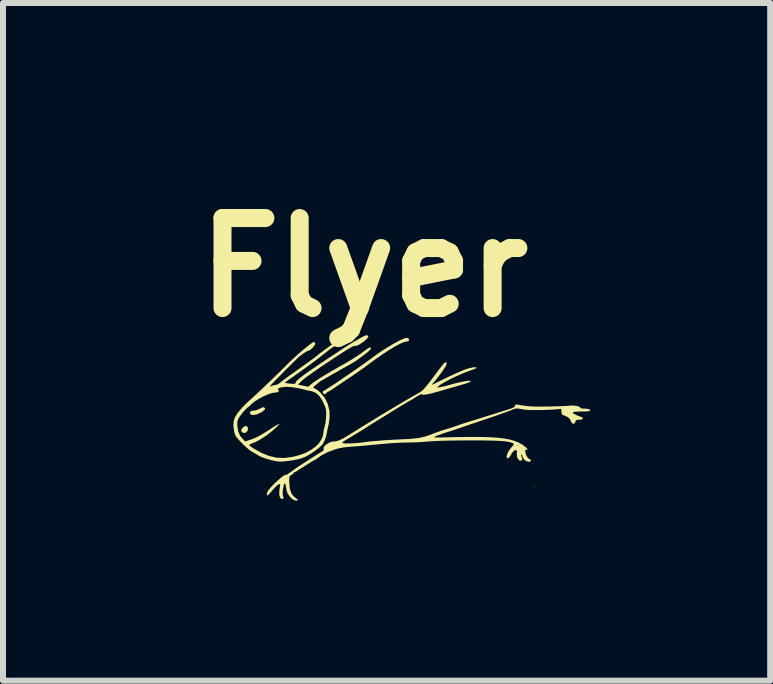
<source format=kicad_pcb>
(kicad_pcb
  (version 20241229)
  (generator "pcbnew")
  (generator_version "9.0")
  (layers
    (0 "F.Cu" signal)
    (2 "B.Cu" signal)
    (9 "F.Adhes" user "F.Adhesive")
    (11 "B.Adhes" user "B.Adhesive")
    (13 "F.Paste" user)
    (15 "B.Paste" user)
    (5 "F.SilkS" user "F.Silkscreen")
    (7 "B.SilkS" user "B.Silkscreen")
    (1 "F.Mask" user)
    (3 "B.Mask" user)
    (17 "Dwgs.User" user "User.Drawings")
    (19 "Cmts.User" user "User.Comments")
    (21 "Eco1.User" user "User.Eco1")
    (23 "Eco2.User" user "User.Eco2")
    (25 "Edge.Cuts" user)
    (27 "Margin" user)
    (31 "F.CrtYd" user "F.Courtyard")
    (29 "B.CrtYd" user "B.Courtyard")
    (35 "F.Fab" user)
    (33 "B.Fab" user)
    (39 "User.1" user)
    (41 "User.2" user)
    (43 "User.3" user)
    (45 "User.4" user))
  (footprint "Flyer"
    (layer "F.Cu")
    (at 2.506 4.376)
    (property "Reference" "Flyer" (at 0.508 -2.972 0) (layer "F.SilkS") (effects (font (size 1.5 1.5) (thickness 0.3))))
    (attr board_only exclude_from_pos_files exclude_from_bom)
    (fp_poly (pts (xy 3.361 0.682) (xy 3.354 0.689) (xy 3.347 0.682) (xy 3.354 0.675)) (stroke (width 0) (type solid)) (fill yes) (layer "F.SilkS"))
    (fp_poly (pts (xy -1.432 -0.311) (xy -1.429 -0.306) (xy -1.423 -0.277) (xy -1.434 -0.247) (xy -1.461 -0.219) (xy -1.494 -0.212) (xy -1.523 -0.226) (xy -1.533 -0.238) (xy -1.539 -0.261) (xy -1.527 -0.283) (xy -1.509 -0.302) (xy -1.476 -0.327) (xy -1.452 -0.33)) (stroke (width 0) (type solid)) (fill yes) (layer "F.SilkS"))
    (fp_poly (pts (xy -1.158 -0.641) (xy -1.14 -0.625) (xy -1.147 -0.601) (xy -1.178 -0.572) (xy -1.202 -0.557) (xy -1.275 -0.523) (xy -1.339 -0.512) (xy -1.369 -0.516) (xy -1.388 -0.533) (xy -1.39 -0.553) (xy -1.381 -0.574) (xy -1.357 -0.583) (xy -1.336 -0.584) (xy -1.292 -0.591) (xy -1.244 -0.61) (xy -1.232 -0.616) (xy -1.195 -0.634) (xy -1.166 -0.642)) (stroke (width 0) (type solid)) (fill yes) (layer "F.SilkS"))
    (fp_poly (pts (xy 1.227 -1.798) (xy 1.254 -1.784) (xy 1.259 -1.766) (xy 1.252 -1.746) (xy 1.227 -1.737) (xy 1.21 -1.735) (xy 1.165 -1.724) (xy 1.102 -1.696) (xy 1.021 -1.652) (xy 0.925 -1.594) (xy 0.817 -1.523) (xy 0.697 -1.44) (xy 0.569 -1.346) (xy 0.556 -1.336) (xy 0.496 -1.292) (xy 0.421 -1.239) (xy 0.34 -1.183) (xy 0.261 -1.13) (xy 0.246 -1.12) (xy 0.176 -1.073) (xy 0.109 -1.028) (xy 0.049 -0.988) (xy 0.005 -0.958) (xy -0.007 -0.949) (xy -0.047 -0.923) (xy -0.079 -0.906) (xy -0.093 -0.9) (xy -0.112 -0.889) (xy -0.118 -0.879) (xy -0.136 -0.86) (xy -0.161 -0.862) (xy -0.179 -0.882) (xy -0.178 -0.905) (xy -0.169 -0.912) (xy -0.149 -0.922) (xy -0.109 -0.947) (xy -0.053 -0.983) (xy 0.016 -1.029) (xy 0.095 -1.082) (xy 0.18 -1.14) (xy 0.268 -1.2) (xy 0.357 -1.261) (xy 0.442 -1.32) (xy 0.52 -1.375) (xy 0.588 -1.424) (xy 0.642 -1.464) (xy 0.661 -1.478) (xy 0.742 -1.537) (xy 0.827 -1.594) (xy 0.914 -1.649) (xy 0.998 -1.698) (xy 1.075 -1.74) (xy 1.141 -1.772) (xy 1.193 -1.792) (xy 1.226 -1.798)) (stroke (width 0) (type solid)) (fill yes) (layer "F.SilkS"))
    (fp_poly (pts (xy 0.574 -1.834) (xy 0.581 -1.822) (xy 0.575 -1.803) (xy 0.55 -1.775) (xy 0.513 -1.743) (xy 0.469 -1.711) (xy 0.426 -1.684) (xy 0.388 -1.667) (xy 0.363 -1.664) (xy 0.362 -1.664) (xy 0.352 -1.665) (xy 0.335 -1.66) (xy 0.311 -1.649) (xy 0.277 -1.631) (xy 0.23 -1.603) (xy 0.169 -1.564) (xy 0.091 -1.514) (xy -0.006 -1.45) (xy -0.123 -1.372) (xy -0.127 -1.37) (xy -0.218 -1.309) (xy -0.304 -1.249) (xy -0.382 -1.194) (xy -0.448 -1.147) (xy -0.498 -1.108) (xy -0.528 -1.083) (xy -0.531 -1.08) (xy -0.591 -1.018) (xy -0.506 -1.001) (xy -0.421 -0.983) (xy -0.367 -1.03) (xy -0.328 -1.06) (xy -0.272 -1.097) (xy -0.199 -1.144) (xy -0.107 -1.199) (xy 0.007 -1.266) (xy 0.144 -1.344) (xy 0.165 -1.355) (xy 0.245 -1.402) (xy 0.325 -1.451) (xy 0.398 -1.497) (xy 0.456 -1.536) (xy 0.488 -1.56) (xy 0.533 -1.594) (xy 0.572 -1.621) (xy 0.598 -1.636) (xy 0.603 -1.637) (xy 0.625 -1.633) (xy 0.624 -1.615) (xy 0.597 -1.585) (xy 0.547 -1.542) (xy 0.504 -1.509) (xy 0.433 -1.457) (xy 0.376 -1.417) (xy 0.324 -1.384) (xy 0.269 -1.351) (xy 0.211 -1.319) (xy 0.169 -1.296) (xy 0.113 -1.264) (xy 0.051 -1.229) (xy -0.013 -1.193) (xy -0.071 -1.16) (xy -0.118 -1.133) (xy -0.147 -1.116) (xy -0.148 -1.115) (xy -0.18 -1.097) (xy -0.197 -1.088) (xy -0.219 -1.075) (xy -0.225 -1.07) (xy -0.24 -1.057) (xy -0.269 -1.035) (xy -0.285 -1.022) (xy -0.323 -0.99) (xy -0.336 -0.968) (xy -0.326 -0.957) (xy -0.315 -0.956) (xy -0.295 -0.947) (xy -0.261 -0.923) (xy -0.222 -0.889) (xy -0.218 -0.885) (xy -0.145 -0.796) (xy -0.094 -0.692) (xy -0.068 -0.579) (xy -0.065 -0.493) (xy -0.069 -0.435) (xy -0.076 -0.382) (xy -0.083 -0.346) (xy -0.083 -0.345) (xy -0.094 -0.303) (xy -0.104 -0.252) (xy -0.106 -0.239) (xy -0.122 -0.163) (xy -0.146 -0.092) (xy -0.174 -0.035) (xy -0.189 -0.016) (xy -0.234 0.027) (xy -0.296 0.076) (xy -0.366 0.125) (xy -0.436 0.167) (xy -0.474 0.186) (xy -0.557 0.217) (xy -0.659 0.24) (xy -0.707 0.247) (xy -0.787 0.257) (xy -0.848 0.263) (xy -0.897 0.264) (xy -0.944 0.259) (xy -0.996 0.249) (xy -1.062 0.233) (xy -1.064 0.232) (xy -1.128 0.214) (xy -1.188 0.192) (xy -1.234 0.172) (xy -1.246 0.165) (xy -1.293 0.136) (xy -1.347 0.105) (xy -1.365 0.095) (xy -1.402 0.069) (xy -1.45 0.029) (xy -1.503 -0.02) (xy -1.535 -0.053) (xy -1.583 -0.104) (xy -1.614 -0.141) (xy -1.634 -0.171) (xy -1.646 -0.202) (xy -1.655 -0.239) (xy -1.657 -0.255) (xy -1.668 -0.341) (xy -1.667 -0.347) (xy -1.603 -0.347) (xy -1.591 -0.249) (xy -1.556 -0.166) (xy -1.51 -0.11) (xy -1.47 -0.072) (xy -1.392 -0.098) (xy -1.326 -0.122) (xy -1.261 -0.152) (xy -1.188 -0.192) (xy -1.104 -0.244) (xy -1.037 -0.288) (xy -0.984 -0.322) (xy -0.941 -0.347) (xy -0.911 -0.361) (xy -0.901 -0.362) (xy -0.901 -0.362) (xy -0.911 -0.347) (xy -0.939 -0.32) (xy -0.978 -0.284) (xy -1.024 -0.245) (xy -1.071 -0.207) (xy -1.113 -0.174) (xy -1.147 -0.151) (xy -1.149 -0.15) (xy -1.179 -0.131) (xy -1.217 -0.107) (xy -1.225 -0.102) (xy -1.269 -0.077) (xy -1.321 -0.053) (xy -1.34 -0.046) (xy -1.378 -0.03) (xy -1.402 -0.017) (xy -1.406 -0.012) (xy -1.396 -0.000208) (xy -1.367 0.021) (xy -1.34 0.04) (xy -1.204 0.117) (xy -1.075 0.169) (xy -0.95 0.198) (xy -0.823 0.204) (xy -0.691 0.187) (xy -0.675 0.184) (xy -0.557 0.153) (xy -0.457 0.115) (xy -0.367 0.064) (xy -0.286 0.004) (xy -0.242 -0.042) (xy -0.204 -0.101) (xy -0.178 -0.163) (xy -0.169 -0.215) (xy -0.165 -0.247) (xy -0.155 -0.294) (xy -0.147 -0.32) (xy -0.133 -0.383) (xy -0.125 -0.456) (xy -0.121 -0.528) (xy -0.124 -0.592) (xy -0.134 -0.638) (xy -0.134 -0.638) (xy -0.182 -0.746) (xy -0.234 -0.826) (xy -0.291 -0.879) (xy -0.354 -0.906) (xy -0.361 -0.908) (xy -0.41 -0.917) (xy -0.455 -0.928) (xy -0.457 -0.928) (xy -0.575 -0.957) (xy -0.683 -0.975) (xy -0.775 -0.982) (xy -0.813 -0.981) (xy -0.877 -0.972) (xy -0.914 -0.96) (xy -0.925 -0.942) (xy -0.916 -0.923) (xy -0.911 -0.904) (xy -0.931 -0.891) (xy -0.974 -0.886) (xy -0.977 -0.886) (xy -1.027 -0.878) (xy -1.092 -0.856) (xy -1.165 -0.824) (xy -1.238 -0.785) (xy -1.305 -0.744) (xy -1.357 -0.703) (xy -1.373 -0.687) (xy -1.408 -0.654) (xy -1.439 -0.63) (xy -1.464 -0.607) (xy -1.499 -0.569) (xy -1.535 -0.523) (xy -1.538 -0.52) (xy -1.572 -0.474) (xy -1.591 -0.439) (xy -1.6 -0.407) (xy -1.603 -0.367) (xy -1.603 -0.347) (xy -1.667 -0.347) (xy -1.663 -0.412) (xy -1.641 -0.476) (xy -1.6 -0.542) (xy -1.569 -0.581) (xy -1.517 -0.641) (xy -1.454 -0.705) (xy -1.395 -0.76) (xy -1.388 -0.766) (xy -1.337 -0.811) (xy -1.27 -0.873) (xy -1.19 -0.948) (xy -1.101 -1.033) (xy -1.006 -1.124) (xy -0.909 -1.219) (xy -0.812 -1.314) (xy -0.754 -1.372) (xy -0.697 -1.427) (xy -0.634 -1.485) (xy -0.569 -1.543) (xy -0.504 -1.599) (xy -0.444 -1.648) (xy -0.392 -1.689) (xy -0.353 -1.717) (xy -0.329 -1.729) (xy -0.327 -1.73) (xy -0.31 -1.719) (xy -0.304 -1.709) (xy -0.309 -1.686) (xy -0.329 -1.655) (xy -0.358 -1.622) (xy -0.39 -1.595) (xy -0.416 -1.583) (xy -0.418 -1.583) (xy -0.445 -1.573) (xy -0.486 -1.548) (xy -0.534 -1.514) (xy -0.572 -1.484) (xy -0.596 -1.462) (xy -0.634 -1.425) (xy -0.682 -1.378) (xy -0.738 -1.322) (xy -0.798 -1.263) (xy -0.858 -1.201) (xy -0.916 -1.142) (xy -0.969 -1.088) (xy -1.013 -1.043) (xy -1.045 -1.009) (xy -1.061 -0.991) (xy -1.063 -0.988) (xy -1.048 -0.989) (xy -1.029 -0.997) (xy -0.991 -1.01) (xy -0.967 -1.013) (xy -0.937 -1.021) (xy -0.899 -1.044) (xy -0.886 -1.054) (xy -0.855 -1.079) (xy -0.807 -1.115) (xy -0.74 -1.164) (xy -0.654 -1.225) (xy -0.548 -1.301) (xy -0.445 -1.374) (xy -0.386 -1.416) (xy -0.323 -1.463) (xy -0.27 -1.504) (xy -0.269 -1.505) (xy -0.222 -1.543) (xy -0.161 -1.588) (xy -0.094 -1.638) (xy -0.027 -1.686) (xy 0.033 -1.728) (xy 0.078 -1.758) (xy 0.085 -1.763) (xy 0.121 -1.777) (xy 0.14 -1.773) (xy 0.15 -1.755) (xy 0.136 -1.731) (xy 0.099 -1.705) (xy 0.063 -1.687) (xy 0.029 -1.668) (xy -0.019 -1.636) (xy -0.075 -1.595) (xy -0.12 -1.56) (xy -0.234 -1.47) (xy -0.361 -1.374) (xy -0.505 -1.27) (xy -0.658 -1.161) (xy -0.715 -1.121) (xy -0.762 -1.087) (xy -0.796 -1.062) (xy -0.812 -1.049) (xy -0.812 -1.048) (xy -0.798 -1.045) (xy -0.763 -1.04) (xy -0.721 -1.035) (xy -0.672 -1.031) (xy -0.645 -1.032) (xy -0.634 -1.039) (xy -0.633 -1.047) (xy -0.629 -1.06) (xy -0.615 -1.079) (xy -0.59 -1.103) (xy -0.552 -1.135) (xy -0.501 -1.174) (xy -0.435 -1.222) (xy -0.351 -1.279) (xy -0.25 -1.348) (xy -0.13 -1.429) (xy 0.012 -1.522) (xy 0.176 -1.63) (xy 0.19 -1.639) (xy 0.244 -1.674) (xy 0.295 -1.706) (xy 0.333 -1.729) (xy 0.345 -1.736) (xy 0.381 -1.756) (xy 0.429 -1.784) (xy 0.457 -1.8) (xy 0.513 -1.83) (xy 0.551 -1.841)) (stroke (width 0) (type solid)) (fill yes) (layer "F.SilkS"))
    (fp_poly (pts (xy 1.884 -1.373) (xy 1.88 -1.348) (xy 1.867 -1.322) (xy 1.841 -1.281) (xy 1.805 -1.229) (xy 1.763 -1.172) (xy 1.72 -1.116) (xy 1.679 -1.066) (xy 1.668 -1.054) (xy 1.647 -1.029) (xy 1.639 -1.015) (xy 1.64 -1.015) (xy 1.657 -1.023) (xy 1.694 -1.041) (xy 1.745 -1.066) (xy 1.807 -1.096) (xy 1.814 -1.099) (xy 1.883 -1.133) (xy 1.951 -1.165) (xy 2.008 -1.191) (xy 2.046 -1.209) (xy 2.092 -1.228) (xy 2.13 -1.245) (xy 2.145 -1.252) (xy 2.202 -1.274) (xy 2.264 -1.293) (xy 2.321 -1.305) (xy 2.352 -1.308) (xy 2.38 -1.305) (xy 2.383 -1.297) (xy 2.359 -1.283) (xy 2.309 -1.263) (xy 2.257 -1.245) (xy 2.192 -1.221) (xy 2.116 -1.189) (xy 2.035 -1.153) (xy 1.955 -1.114) (xy 1.881 -1.076) (xy 1.82 -1.042) (xy 1.776 -1.014) (xy 1.765 -1.006) (xy 1.723 -0.969) (xy 1.779 -0.977) (xy 1.823 -0.986) (xy 1.88 -0.999) (xy 1.927 -1.012) (xy 2.033 -1.041) (xy 2.124 -1.062) (xy 2.197 -1.076) (xy 2.251 -1.083) (xy 2.281 -1.08) (xy 2.288 -1.075) (xy 2.277 -1.065) (xy 2.245 -1.051) (xy 2.195 -1.033) (xy 2.156 -1.022) (xy 2.08 -1) (xy 1.999 -0.977) (xy 1.926 -0.956) (xy 1.906 -0.95) (xy 1.78 -0.913) (xy 1.679 -0.885) (xy 1.601 -0.865) (xy 1.543 -0.854) (xy 1.504 -0.849) (xy 1.481 -0.852) (xy 1.474 -0.859) (xy 1.461 -0.858) (xy 1.431 -0.845) (xy 1.39 -0.821) (xy 1.385 -0.818) (xy 1.341 -0.79) (xy 1.306 -0.769) (xy 1.287 -0.758) (xy 1.286 -0.758) (xy 1.266 -0.747) (xy 1.227 -0.725) (xy 1.175 -0.694) (xy 1.116 -0.658) (xy 1.053 -0.62) (xy 0.994 -0.583) (xy 0.949 -0.555) (xy 0.889 -0.517) (xy 0.823 -0.477) (xy 0.767 -0.443) (xy 0.766 -0.442) (xy 0.713 -0.41) (xy 0.648 -0.37) (xy 0.586 -0.33) (xy 0.577 -0.324) (xy 0.523 -0.289) (xy 0.462 -0.252) (xy 0.391 -0.208) (xy 0.305 -0.156) (xy 0.2 -0.092) (xy 0.186 -0.084) (xy 0.158 -0.064) (xy 0.145 -0.049) (xy 0.156 -0.043) (xy 0.189 -0.039) (xy 0.239 -0.039) (xy 0.301 -0.04) (xy 0.368 -0.044) (xy 0.436 -0.05) (xy 0.485 -0.056) (xy 0.586 -0.069) (xy 0.707 -0.08) (xy 0.844 -0.091) (xy 0.988 -0.1) (xy 1.107 -0.106) (xy 1.225 -0.111) (xy 1.32 -0.118) (xy 1.398 -0.127) (xy 1.466 -0.139) (xy 1.529 -0.155) (xy 1.593 -0.176) (xy 1.646 -0.196) (xy 1.715 -0.222) (xy 1.786 -0.247) (xy 1.846 -0.267) (xy 1.876 -0.276) (xy 1.938 -0.294) (xy 2.007 -0.316) (xy 2.045 -0.33) (xy 2.101 -0.35) (xy 2.17 -0.373) (xy 2.24 -0.395) (xy 2.25 -0.398) (xy 2.31 -0.417) (xy 2.387 -0.44) (xy 2.472 -0.467) (xy 2.555 -0.493) (xy 2.567 -0.497) (xy 2.651 -0.523) (xy 2.739 -0.551) (xy 2.821 -0.577) (xy 2.888 -0.598) (xy 2.894 -0.599) (xy 2.956 -0.62) (xy 2.996 -0.636) (xy 3.017 -0.65) (xy 3.024 -0.665) (xy 3.024 -0.666) (xy 3.027 -0.682) (xy 3.042 -0.687) (xy 3.075 -0.684) (xy 3.084 -0.682) (xy 3.15 -0.671) (xy 3.208 -0.663) (xy 3.265 -0.657) (xy 3.326 -0.654) (xy 3.398 -0.652) (xy 3.485 -0.653) (xy 3.59 -0.654) (xy 3.683 -0.656) (xy 3.769 -0.659) (xy 3.843 -0.661) (xy 3.9 -0.664) (xy 3.935 -0.667) (xy 3.942 -0.668) (xy 3.983 -0.671) (xy 4.028 -0.667) (xy 4.07 -0.659) (xy 4.1 -0.648) (xy 4.11 -0.635) (xy 4.11 -0.635) (xy 4.121 -0.625) (xy 4.158 -0.619) (xy 4.183 -0.619) (xy 4.235 -0.615) (xy 4.266 -0.605) (xy 4.275 -0.589) (xy 4.269 -0.579) (xy 4.251 -0.575) (xy 4.212 -0.572) (xy 4.159 -0.57) (xy 4.124 -0.57) (xy 4.052 -0.568) (xy 4.005 -0.564) (xy 3.986 -0.555) (xy 3.992 -0.541) (xy 4.026 -0.521) (xy 4.086 -0.495) (xy 4.134 -0.476) (xy 4.155 -0.461) (xy 4.152 -0.447) (xy 4.129 -0.436) (xy 4.089 -0.433) (xy 4.088 -0.433) (xy 4.053 -0.431) (xy 4.036 -0.417) (xy 4.031 -0.4) (xy 4.015 -0.371) (xy 3.992 -0.366) (xy 3.968 -0.383) (xy 3.952 -0.415) (xy 3.934 -0.45) (xy 3.902 -0.478) (xy 3.85 -0.502) (xy 3.822 -0.511) (xy 3.804 -0.528) (xy 3.797 -0.566) (xy 3.797 -0.571) (xy 3.795 -0.604) (xy 3.786 -0.615) (xy 3.774 -0.613) (xy 3.753 -0.61) (xy 3.709 -0.606) (xy 3.647 -0.602) (xy 3.572 -0.599) (xy 3.497 -0.596) (xy 3.386 -0.594) (xy 3.299 -0.594) (xy 3.23 -0.597) (xy 3.173 -0.603) (xy 3.142 -0.608) (xy 3.088 -0.618) (xy 3.052 -0.621) (xy 3.022 -0.616) (xy 2.987 -0.604) (xy 2.969 -0.596) (xy 2.935 -0.582) (xy 2.879 -0.562) (xy 2.806 -0.536) (xy 2.72 -0.505) (xy 2.626 -0.473) (xy 2.555 -0.449) (xy 2.457 -0.416) (xy 2.362 -0.384) (xy 2.276 -0.355) (xy 2.203 -0.33) (xy 2.148 -0.311) (xy 2.124 -0.303) (xy 2.069 -0.284) (xy 1.999 -0.26) (xy 1.925 -0.236) (xy 1.892 -0.226) (xy 1.801 -0.196) (xy 1.736 -0.173) (xy 1.695 -0.156) (xy 1.676 -0.144) (xy 1.674 -0.141) (xy 1.687 -0.139) (xy 1.724 -0.138) (xy 1.78 -0.138) (xy 1.851 -0.139) (xy 1.923 -0.141) (xy 2.135 -0.146) (xy 2.321 -0.147) (xy 2.483 -0.146) (xy 2.624 -0.141) (xy 2.746 -0.133) (xy 2.85 -0.12) (xy 2.939 -0.103) (xy 3.016 -0.081) (xy 3.082 -0.055) (xy 3.139 -0.023) (xy 3.185 0.01) (xy 3.217 0.039) (xy 3.233 0.06) (xy 3.231 0.069) (xy 3.214 0.065) (xy 3.196 0.067) (xy 3.193 0.085) (xy 3.2 0.127) (xy 3.217 0.17) (xy 3.241 0.205) (xy 3.263 0.221) (xy 3.288 0.235) (xy 3.289 0.253) (xy 3.269 0.265) (xy 3.251 0.267) (xy 3.213 0.257) (xy 3.177 0.231) (xy 3.154 0.197) (xy 3.15 0.179) (xy 3.141 0.153) (xy 3.134 0.146) (xy 3.124 0.148) (xy 3.128 0.173) (xy 3.143 0.214) (xy 3.143 0.238) (xy 3.129 0.248) (xy 3.099 0.247) (xy 3.075 0.223) (xy 3.058 0.184) (xy 3.054 0.134) (xy 3.054 0.131) (xy 3.055 0.092) (xy 3.049 0.074) (xy 3.037 0.07) (xy 3.005 0.084) (xy 2.97 0.125) (xy 2.948 0.165) (xy 2.925 0.197) (xy 2.904 0.21) (xy 2.888 0.203) (xy 2.883 0.182) (xy 2.894 0.137) (xy 2.922 0.082) (xy 2.963 0.027) (xy 2.972 0.017) (xy 2.993 -0.007) (xy 3.066 -0.007) (xy 3.073 0) (xy 3.08 -0.007) (xy 3.073 -0.014) (xy 3.066 -0.007) (xy 2.993 -0.007) (xy 2.995 -0.009) (xy 3.003 -0.028) (xy 2.993 -0.042) (xy 2.963 -0.053) (xy 2.91 -0.065) (xy 2.871 -0.072) (xy 2.827 -0.077) (xy 2.76 -0.081) (xy 2.672 -0.085) (xy 2.568 -0.087) (xy 2.453 -0.089) (xy 2.329 -0.089) (xy 2.201 -0.089) (xy 2.074 -0.088) (xy 1.951 -0.086) (xy 1.836 -0.084) (xy 1.733 -0.08) (xy 1.646 -0.076) (xy 1.58 -0.071) (xy 1.575 -0.071) (xy 1.493 -0.064) (xy 1.398 -0.058) (xy 1.306 -0.055) (xy 1.273 -0.055) (xy 1.128 -0.052) (xy 0.955 -0.042) (xy 0.756 -0.025) (xy 0.633 -0.013) (xy 0.56 -0.006) (xy 0.487 0.001) (xy 0.425 0.006) (xy 0.401 0.008) (xy 0.3 0.015) (xy 0.222 0.022) (xy 0.16 0.03) (xy 0.107 0.039) (xy 0.058 0.051) (xy 0.035 0.058) (xy -0.093 0.104) (xy -0.203 0.162) (xy -0.256 0.199) (xy -0.288 0.223) (xy -0.311 0.237) (xy -0.316 0.239) (xy -0.331 0.246) (xy -0.364 0.265) (xy -0.407 0.292) (xy -0.419 0.3) (xy -0.469 0.332) (xy -0.514 0.36) (xy -0.545 0.378) (xy -0.548 0.38) (xy -0.582 0.401) (xy -0.602 0.417) (xy -0.628 0.433) (xy -0.641 0.436) (xy -0.659 0.443) (xy -0.661 0.449) (xy -0.672 0.465) (xy -0.698 0.485) (xy -0.701 0.486) (xy -0.721 0.499) (xy -0.732 0.514) (xy -0.737 0.538) (xy -0.738 0.578) (xy -0.737 0.618) (xy -0.727 0.715) (xy -0.703 0.789) (xy -0.665 0.842) (xy -0.637 0.865) (xy -0.602 0.89) (xy -0.594 0.906) (xy -0.611 0.913) (xy -0.628 0.914) (xy -0.667 0.902) (xy -0.713 0.864) (xy -0.719 0.858) (xy -0.762 0.8) (xy -0.781 0.749) (xy -0.791 0.687) (xy -0.799 0.648) (xy -0.806 0.629) (xy -0.813 0.625) (xy -0.816 0.628) (xy -0.827 0.651) (xy -0.837 0.692) (xy -0.844 0.742) (xy -0.847 0.789) (xy -0.845 0.823) (xy -0.842 0.832) (xy -0.831 0.866) (xy -0.841 0.883) (xy -0.857 0.886) (xy -0.883 0.873) (xy -0.9 0.838) (xy -0.905 0.784) (xy -0.899 0.721) (xy -0.892 0.677) (xy -0.888 0.647) (xy -0.886 0.638) (xy -0.897 0.639) (xy -0.914 0.643) (xy -0.935 0.656) (xy -0.968 0.687) (xy -1.005 0.728) (xy -1.016 0.74) (xy -1.051 0.781) (xy -1.08 0.812) (xy -1.098 0.828) (xy -1.101 0.83) (xy -1.11 0.819) (xy -1.109 0.793) (xy -1.096 0.76) (xy -1.087 0.745) (xy -1.057 0.707) (xy -1.018 0.664) (xy -0.972 0.618) (xy -0.924 0.574) (xy -0.878 0.535) (xy -0.837 0.504) (xy -0.807 0.485) (xy -0.79 0.481) (xy -0.788 0.486) (xy -0.777 0.482) (xy -0.751 0.465) (xy -0.712 0.437) (xy -0.707 0.433) (xy -0.656 0.396) (xy -0.605 0.36) (xy -0.57 0.336) (xy -0.526 0.308) (xy -0.473 0.274) (xy -0.436 0.25) (xy -0.379 0.214) (xy -0.316 0.173) (xy -0.279 0.15) (xy -0.235 0.122) (xy -0.199 0.101) (xy -0.179 0.091) (xy -0.165 0.072) (xy -0.165 0.05) (xy -0.164 0.025) (xy -0.147 0.002) (xy -0.112 -0.027) (xy -0.061 -0.057) (xy -0.015 -0.07) (xy -0.008 -0.07) (xy 0.029 -0.073) (xy 0.067 -0.081) (xy 0.11 -0.098) (xy 0.163 -0.124) (xy 0.229 -0.163) (xy 0.31 -0.213) (xy 0.379 -0.256) (xy 0.443 -0.296) (xy 0.497 -0.33) (xy 0.536 -0.353) (xy 0.546 -0.36) (xy 0.584 -0.382) (xy 0.635 -0.413) (xy 0.688 -0.446) (xy 0.689 -0.447) (xy 0.748 -0.483) (xy 0.81 -0.522) (xy 0.858 -0.55) (xy 0.9 -0.575) (xy 0.958 -0.609) (xy 1.026 -0.65) (xy 1.096 -0.691) (xy 1.104 -0.696) (xy 1.178 -0.74) (xy 1.255 -0.785) (xy 1.325 -0.826) (xy 1.381 -0.858) (xy 1.382 -0.858) (xy 1.413 -0.875) (xy 1.438 -0.89) (xy 1.461 -0.906) (xy 1.483 -0.924) (xy 1.508 -0.949) (xy 1.536 -0.981) (xy 1.571 -1.024) (xy 1.614 -1.079) (xy 1.668 -1.151) (xy 1.735 -1.24) (xy 1.795 -1.319) (xy 1.833 -1.365) (xy 1.862 -1.39) (xy 1.879 -1.393)) (stroke (width 0) (type solid)) (fill yes) (layer "F.SilkS")))
  (gr_rect
    (start -3 -3)
    (end 9.781 8.29)
    (stroke (width 0.1) (type default))
    (fill no)
    (layer "Edge.Cuts")))
</source>
